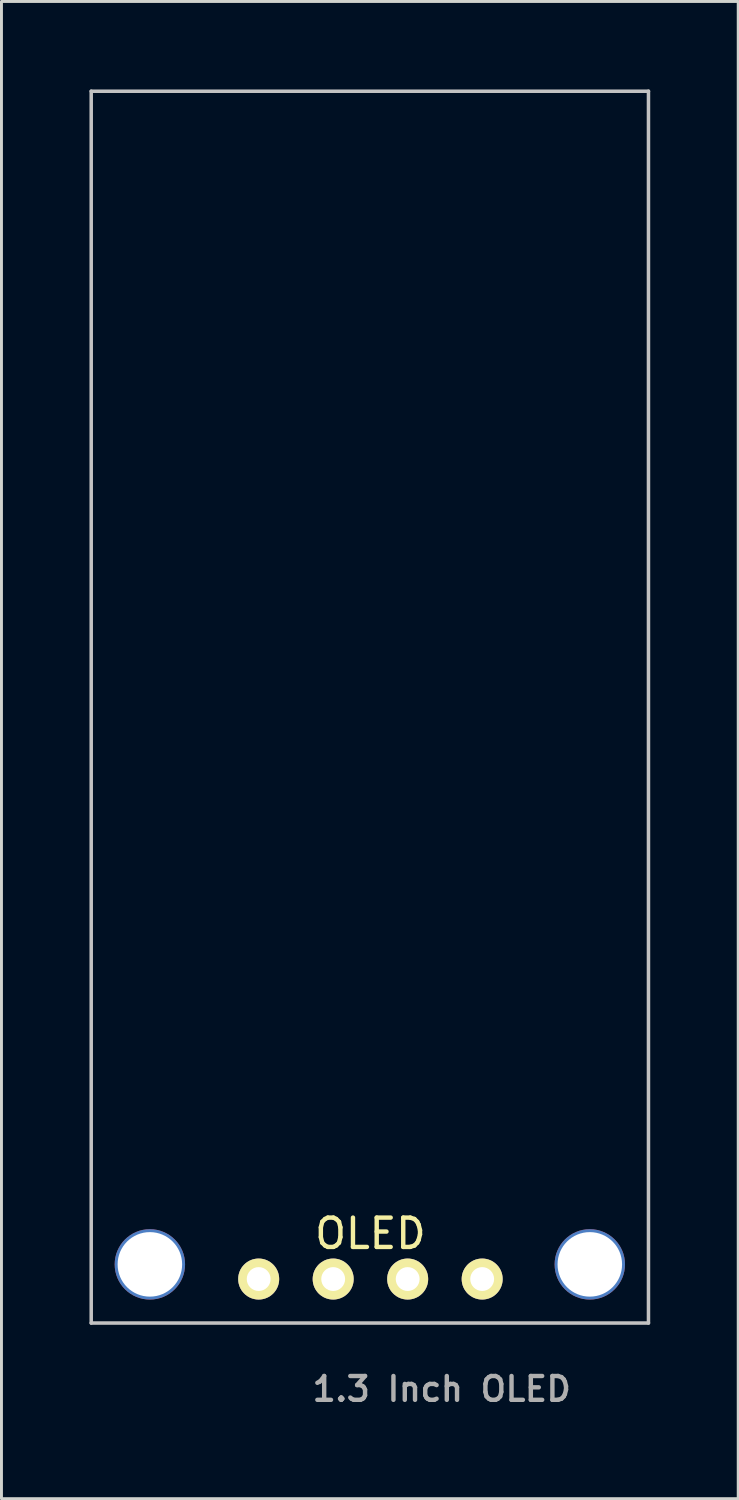
<source format=kicad_pcb>
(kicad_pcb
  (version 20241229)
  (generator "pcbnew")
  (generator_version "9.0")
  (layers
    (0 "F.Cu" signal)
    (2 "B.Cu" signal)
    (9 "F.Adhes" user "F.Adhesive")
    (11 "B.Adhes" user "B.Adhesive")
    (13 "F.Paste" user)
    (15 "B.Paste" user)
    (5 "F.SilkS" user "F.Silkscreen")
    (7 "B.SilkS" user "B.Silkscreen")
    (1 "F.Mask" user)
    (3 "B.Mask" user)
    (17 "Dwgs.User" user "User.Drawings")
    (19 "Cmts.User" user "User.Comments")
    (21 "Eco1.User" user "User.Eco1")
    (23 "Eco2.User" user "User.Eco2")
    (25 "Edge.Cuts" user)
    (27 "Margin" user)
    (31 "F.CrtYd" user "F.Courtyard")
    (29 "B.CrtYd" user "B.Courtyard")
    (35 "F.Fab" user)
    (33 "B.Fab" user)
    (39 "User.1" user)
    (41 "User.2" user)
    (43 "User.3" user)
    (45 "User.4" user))
  (footprint "1.3 Inch OLED"
    (layer "F.Cu")
    (at 9.56 42.06)
    (property "Reference" "1.3 Inch OLED" (at 2.45 2.25 180) (layer "F.Fab") (effects (font (size 0.813 0.813) (thickness 0.15))))
    (attr through_hole)
    (fp_line (start -9.5 -42) (end 9.5 -42) (stroke (width 0.12) (type solid)) (layer "Dwgs.User"))
    (fp_line (start -9.5 0) (end -9.5 -42) (stroke (width 0.12) (type solid)) (layer "Dwgs.User"))
    (fp_line (start -9.5 0) (end 9.5 0) (stroke (width 0.12) (type solid)) (layer "Dwgs.User"))
    (fp_line (start 9.5 -42) (end 9.5 0) (stroke (width 0.12) (type solid)) (layer "Dwgs.User"))
    (fp_text user "OLED" (at 0.02 -3.05 0) (layer "F.SilkS") (effects (font (size 1 1) (thickness 0.15))))
    (pad "" thru_hole circle (at -7.5 -2) (size 2.4 2.4) (drill 2.2) (layers "*.Cu" "*.Mask"))
    (pad "" thru_hole circle (at 7.5 -2) (size 2.4 2.4) (drill 2.2) (layers "*.Cu" "*.Mask"))
    (pad "1" thru_hole circle (at -3.79 -1.5) (size 1.397 1.397) (drill 0.813) (layers "*.Cu" "B.Mask" "F.SilkS"))
    (pad "2" thru_hole circle (at -1.25 -1.5) (size 1.397 1.397) (drill 0.813) (layers "*.Cu" "B.Mask" "F.SilkS"))
    (pad "3" thru_hole circle (at 1.29 -1.5) (size 1.397 1.397) (drill 0.813) (layers "*.Cu" "B.Mask" "F.SilkS"))
    (pad "4" thru_hole circle (at 3.83 -1.5) (size 1.397 1.397) (drill 0.813) (layers "*.Cu" "B.Mask" "F.SilkS")))
  (gr_rect
    (start -3 -3)
    (end 22.12 48.049)
    (stroke (width 0.1) (type default))
    (fill no)
    (layer "Edge.Cuts")))
</source>
